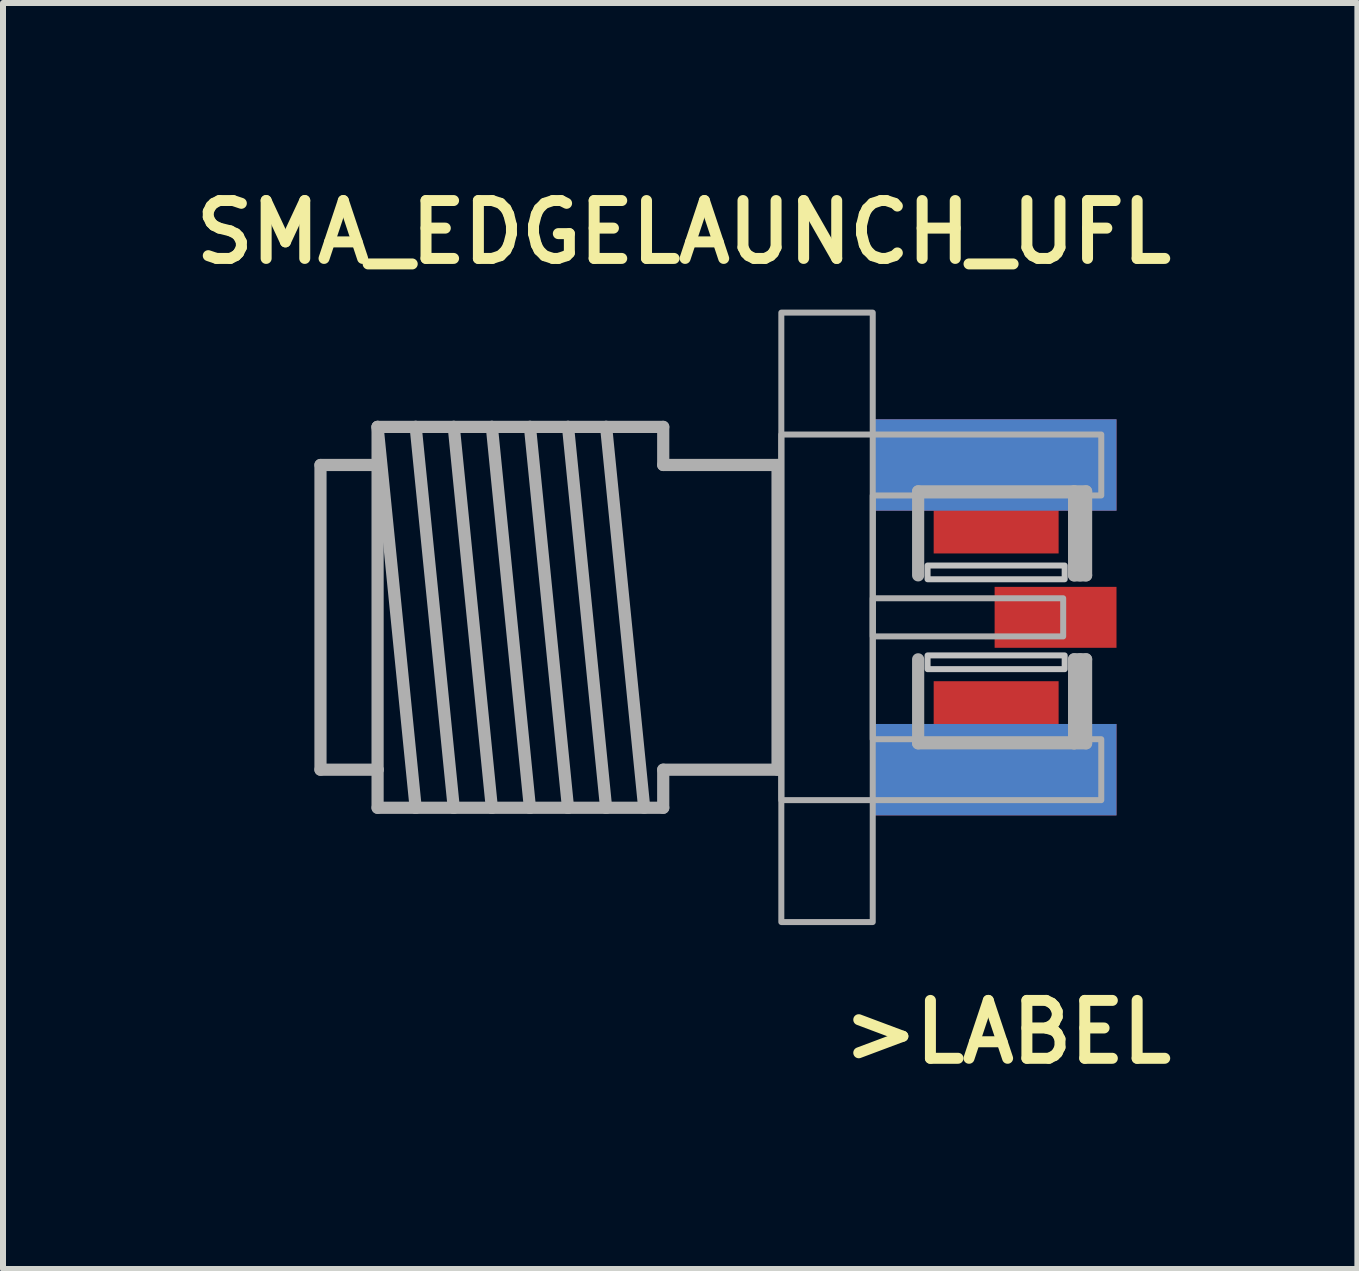
<source format=kicad_pcb>
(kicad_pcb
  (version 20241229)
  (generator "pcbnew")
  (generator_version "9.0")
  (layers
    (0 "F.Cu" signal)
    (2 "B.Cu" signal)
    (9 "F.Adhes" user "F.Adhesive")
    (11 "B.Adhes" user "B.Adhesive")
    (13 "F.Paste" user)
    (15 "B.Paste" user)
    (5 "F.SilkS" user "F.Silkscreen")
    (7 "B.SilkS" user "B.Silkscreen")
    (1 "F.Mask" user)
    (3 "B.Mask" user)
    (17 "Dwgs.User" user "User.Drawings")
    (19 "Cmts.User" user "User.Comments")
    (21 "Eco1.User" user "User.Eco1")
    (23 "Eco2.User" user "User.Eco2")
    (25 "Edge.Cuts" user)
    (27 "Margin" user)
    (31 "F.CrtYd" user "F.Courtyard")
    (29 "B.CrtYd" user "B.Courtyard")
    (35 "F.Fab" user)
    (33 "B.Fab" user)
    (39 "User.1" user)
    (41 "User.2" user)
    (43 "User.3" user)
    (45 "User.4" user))
  (footprint "SMA_EDGELAUNCH_UFL"
    (layer "F.Cu")
    (at 11.5 7.242)
    (property "Reference" "SMA_EDGELAUNCH_UFL" (at 5.08 -6.985 0) (layer "F.SilkS") (effects (font (size 0.965 0.965) (thickness 0.183)) (justify right top)))
    (attr through_hole)
    (fp_poly (pts (xy 1.016 -1.065) (xy 1.016 -3.175) (xy 3.099 -3.175) (xy 3.099 -1.065)) (stroke (width 0) (type solid)) (fill yes) (layer "F.Cu"))
    (fp_poly (pts (xy 3.099 1.065) (xy 3.099 3.175) (xy 1.016 3.175) (xy 1.016 1.065)) (stroke (width 0) (type solid)) (fill yes) (layer "F.Cu"))
    (fp_poly (pts (xy 0.889 -0.938) (xy 3.226 -0.938) (xy 3.226 -1.853) (xy 0.889 -1.853)) (stroke (width 0) (type solid)) (fill yes) (layer "F.Mask"))
    (fp_poly (pts (xy 3.226 0.938) (xy 0.889 0.938) (xy 0.889 1.853) (xy 3.226 1.853)) (stroke (width 0) (type solid)) (fill yes) (layer "F.Mask"))
    (fp_poly (pts (xy 0.991 -0.989) (xy 3.124 -0.989) (xy 3.124 -1.802) (xy 0.991 -1.802)) (stroke (width 0) (type solid)) (fill yes) (layer "F.Paste"))
    (fp_poly (pts (xy 3.124 0.989) (xy 0.991 0.989) (xy 0.991 1.802) (xy 3.124 1.802)) (stroke (width 0) (type solid)) (fill yes) (layer "F.Paste"))
    (fp_poly (pts (xy 3.2 0.483) (xy 3.962 0.483) (xy 3.962 -0.483) (xy 3.2 -0.483)) (stroke (width 0) (type solid)) (fill yes) (layer "F.Paste"))
    (fp_poly (pts (xy 0.914 -0.635) (xy 3.2 -0.635) (xy 3.2 -0.864) (xy 0.914 -0.864)) (stroke (width 0.1) (type solid)) (fill no) (layer "Dwgs.User"))
    (fp_poly (pts (xy 0.914 0.864) (xy 3.2 0.864) (xy 3.2 0.635) (xy 0.914 0.635)) (stroke (width 0.1) (type solid)) (fill no) (layer "Dwgs.User"))
    (fp_line (start -9.207 -2.54) (end -8.255 -2.54) (stroke (width 0.203) (type solid)) (layer "F.Fab"))
    (fp_line (start -9.207 2.54) (end -9.207 -2.54) (stroke (width 0.203) (type solid)) (layer "F.Fab"))
    (fp_line (start -8.255 -3.175) (end -7.62 -3.175) (stroke (width 0.203) (type solid)) (layer "F.Fab"))
    (fp_line (start -8.255 -3.175) (end -7.62 3.175) (stroke (width 0.203) (type solid)) (layer "F.Fab"))
    (fp_line (start -8.255 -2.54) (end -8.255 -3.175) (stroke (width 0.203) (type solid)) (layer "F.Fab"))
    (fp_line (start -8.255 -2.54) (end -8.255 2.54) (stroke (width 0.203) (type solid)) (layer "F.Fab"))
    (fp_line (start -8.255 2.54) (end -9.207 2.54) (stroke (width 0.203) (type solid)) (layer "F.Fab"))
    (fp_line (start -8.255 3.175) (end -8.255 2.54) (stroke (width 0.203) (type solid)) (layer "F.Fab"))
    (fp_line (start -7.62 -3.175) (end -6.985 -3.175) (stroke (width 0.203) (type solid)) (layer "F.Fab"))
    (fp_line (start -7.62 -3.175) (end -6.985 3.175) (stroke (width 0.203) (type solid)) (layer "F.Fab"))
    (fp_line (start -7.62 3.175) (end -8.255 3.175) (stroke (width 0.203) (type solid)) (layer "F.Fab"))
    (fp_line (start -6.985 -3.175) (end -6.35 -3.175) (stroke (width 0.203) (type solid)) (layer "F.Fab"))
    (fp_line (start -6.985 -3.175) (end -6.35 3.175) (stroke (width 0.203) (type solid)) (layer "F.Fab"))
    (fp_line (start -6.985 3.175) (end -7.62 3.175) (stroke (width 0.203) (type solid)) (layer "F.Fab"))
    (fp_line (start -6.35 -3.175) (end -5.715 -3.175) (stroke (width 0.203) (type solid)) (layer "F.Fab"))
    (fp_line (start -6.35 -3.175) (end -5.715 3.175) (stroke (width 0.203) (type solid)) (layer "F.Fab"))
    (fp_line (start -6.35 3.175) (end -6.985 3.175) (stroke (width 0.203) (type solid)) (layer "F.Fab"))
    (fp_line (start -5.715 -3.175) (end -5.08 -3.175) (stroke (width 0.203) (type solid)) (layer "F.Fab"))
    (fp_line (start -5.715 -3.175) (end -5.08 3.175) (stroke (width 0.203) (type solid)) (layer "F.Fab"))
    (fp_line (start -5.715 3.175) (end -6.35 3.175) (stroke (width 0.203) (type solid)) (layer "F.Fab"))
    (fp_line (start -5.08 -3.175) (end -4.445 -3.175) (stroke (width 0.203) (type solid)) (layer "F.Fab"))
    (fp_line (start -5.08 -3.175) (end -4.445 3.175) (stroke (width 0.203) (type solid)) (layer "F.Fab"))
    (fp_line (start -5.08 3.175) (end -5.715 3.175) (stroke (width 0.203) (type solid)) (layer "F.Fab"))
    (fp_line (start -4.445 -3.175) (end -3.81 3.175) (stroke (width 0.203) (type solid)) (layer "F.Fab"))
    (fp_line (start -4.445 -3.175) (end -3.493 -3.175) (stroke (width 0.203) (type solid)) (layer "F.Fab"))
    (fp_line (start -4.445 3.175) (end -5.08 3.175) (stroke (width 0.203) (type solid)) (layer "F.Fab"))
    (fp_line (start -3.493 -3.175) (end -3.493 -2.54) (stroke (width 0.203) (type solid)) (layer "F.Fab"))
    (fp_line (start -3.493 -2.54) (end -1.587 -2.54) (stroke (width 0.203) (type solid)) (layer "F.Fab"))
    (fp_line (start -3.493 2.54) (end -3.493 3.175) (stroke (width 0.203) (type solid)) (layer "F.Fab"))
    (fp_line (start -3.493 3.175) (end -4.445 3.175) (stroke (width 0.203) (type solid)) (layer "F.Fab"))
    (fp_line (start -1.587 -2.54) (end -1.587 2.54) (stroke (width 0.203) (type solid)) (layer "F.Fab"))
    (fp_line (start -1.587 2.54) (end -3.493 2.54) (stroke (width 0.203) (type solid)) (layer "F.Fab"))
    (fp_line (start 0.757 -0.7) (end 0.757 -2.1) (stroke (width 0.203) (type solid)) (layer "F.Fab"))
    (fp_line (start 0.757 2.1) (end 0.757 0.7) (stroke (width 0.203) (type solid)) (layer "F.Fab"))
    (fp_line (start 0.757 2.1) (end 3.357 2.1) (stroke (width 0.203) (type solid)) (layer "F.Fab"))
    (fp_line (start 3.357 -2.1) (end 0.757 -2.1) (stroke (width 0.203) (type solid)) (layer "F.Fab"))
    (fp_line (start 3.357 -0.7) (end 3.357 -2.1) (stroke (width 0.203) (type solid)) (layer "F.Fab"))
    (fp_line (start 3.357 2.1) (end 3.357 0.7) (stroke (width 0.203) (type solid)) (layer "F.Fab"))
    (fp_line (start 3.457 -0.7) (end 3.457 -2) (stroke (width 0.203) (type solid)) (layer "F.Fab"))
    (fp_line (start 3.457 2) (end 3.457 0.7) (stroke (width 0.203) (type solid)) (layer "F.Fab"))
    (fp_line (start 3.557 -2.1) (end 3.357 -2.1) (stroke (width 0.203) (type solid)) (layer "F.Fab"))
    (fp_line (start 3.557 -0.7) (end 3.357 -0.7) (stroke (width 0.203) (type solid)) (layer "F.Fab"))
    (fp_line (start 3.557 -0.7) (end 3.557 -2.1) (stroke (width 0.203) (type solid)) (layer "F.Fab"))
    (fp_line (start 3.557 0.7) (end 3.357 0.7) (stroke (width 0.203) (type solid)) (layer "F.Fab"))
    (fp_line (start 3.557 2.1) (end 3.357 2.1) (stroke (width 0.203) (type solid)) (layer "F.Fab"))
    (fp_line (start 3.557 2.1) (end 3.557 0.7) (stroke (width 0.203) (type solid)) (layer "F.Fab"))
    (fp_poly (pts (xy -1.524 -5.08) (xy 0 -5.08) (xy 0 5.08) (xy -1.524 5.08)) (stroke (width 0.1) (type solid)) (fill no) (layer "F.Fab"))
    (fp_poly (pts (xy 0 0.318) (xy 3.175 0.318) (xy 3.175 -0.318) (xy 0 -0.318)) (stroke (width 0.1) (type solid)) (fill no) (layer "F.Fab"))
    (fp_poly (pts (xy -1.524 -3.048) (xy 3.81 -3.048) (xy 3.81 -2.032) (xy 0 -2.032) (xy 0 2.032) (xy 3.81 2.032) (xy 3.81 3.048) (xy -1.524 3.048)) (stroke (width 0.1) (type solid)) (fill no) (layer "F.Fab"))
    (fp_text user ">LABEL" (at 5.08 6.35 0) (layer "F.SilkS") (effects (font (size 0.965 0.965) (thickness 0.183)) (justify right top)))
    (pad "GND@1" smd rect (at 2.032 2.54 90) (size 1.524 4.064) (layers "F.Cu" "F.Mask"))
    (pad "GND@2" smd rect (at 2.032 -2.54 90) (size 1.524 4.064) (layers "F.Cu" "F.Mask"))
    (pad "GND@3" smd rect (at 2.032 -2.54 90) (size 1.524 4.064) (layers "B.Cu" "B.Mask"))
    (pad "GND@4" smd rect (at 2.032 2.54 90) (size 1.524 4.064) (layers "B.Cu" "B.Mask"))
    (pad "P" smd rect (at 3.048 0 90) (size 1.016 2.032) (layers "F.Cu" "F.Mask")))
  (gr_rect
    (start -3 -3)
    (end 19.58 18.106)
    (stroke (width 0.1) (type default))
    (fill no)
    (layer "Edge.Cuts")))
</source>
